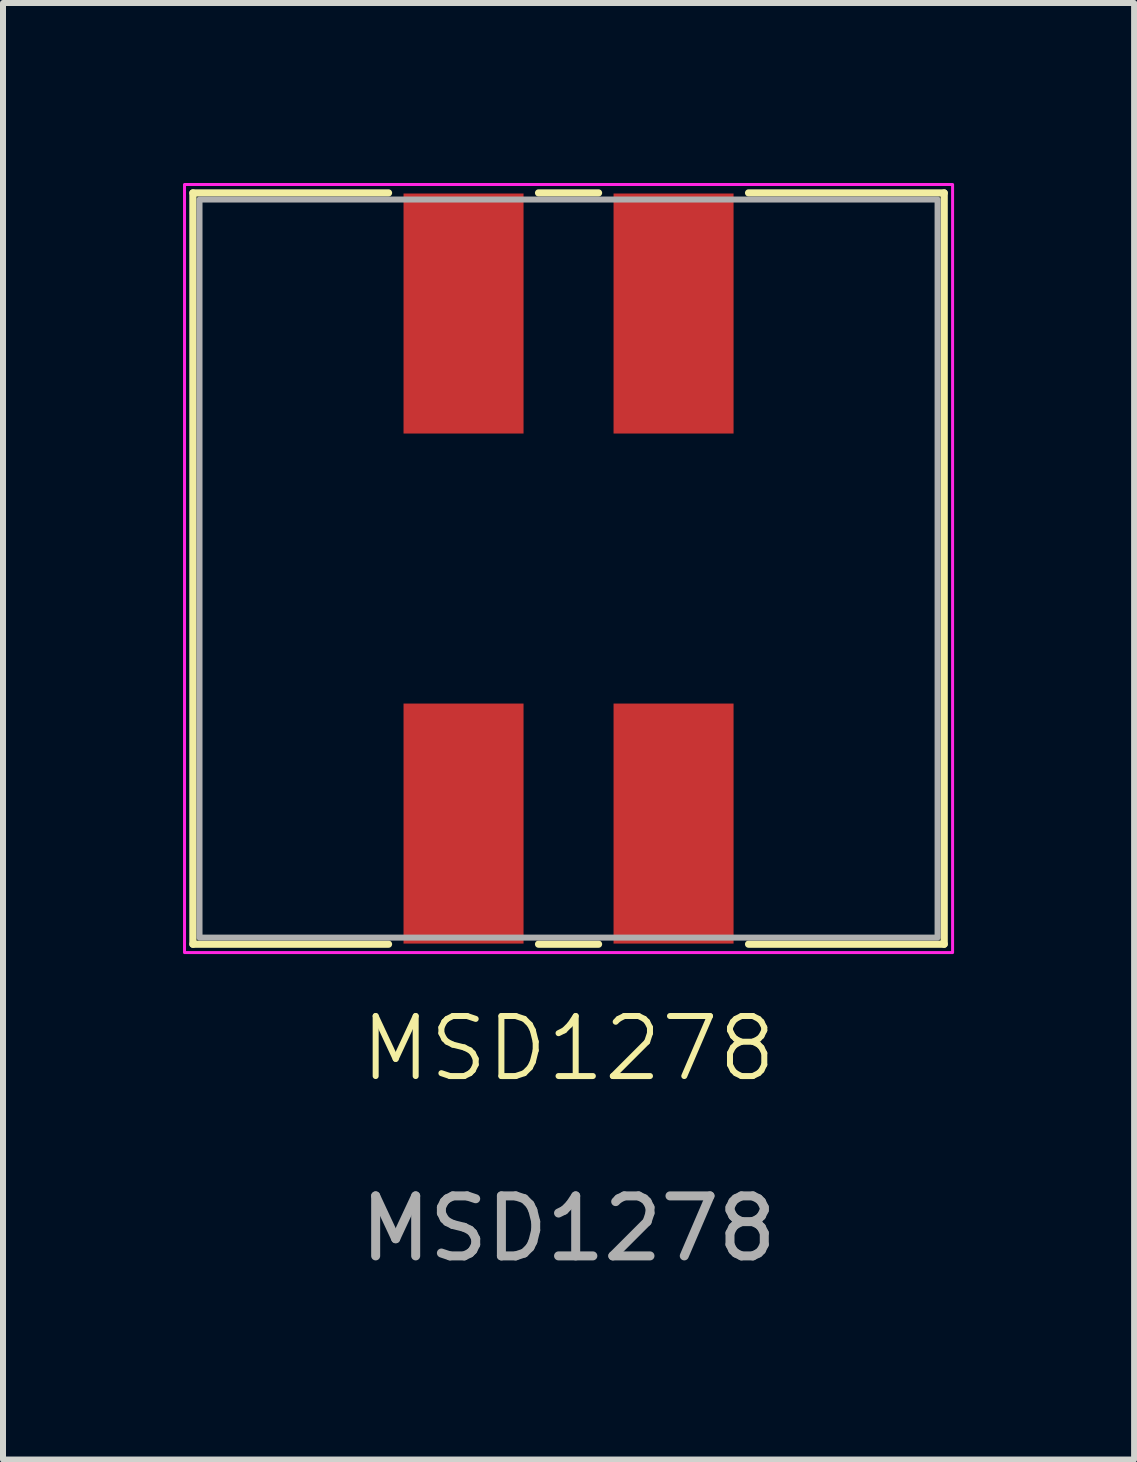
<source format=kicad_pcb>
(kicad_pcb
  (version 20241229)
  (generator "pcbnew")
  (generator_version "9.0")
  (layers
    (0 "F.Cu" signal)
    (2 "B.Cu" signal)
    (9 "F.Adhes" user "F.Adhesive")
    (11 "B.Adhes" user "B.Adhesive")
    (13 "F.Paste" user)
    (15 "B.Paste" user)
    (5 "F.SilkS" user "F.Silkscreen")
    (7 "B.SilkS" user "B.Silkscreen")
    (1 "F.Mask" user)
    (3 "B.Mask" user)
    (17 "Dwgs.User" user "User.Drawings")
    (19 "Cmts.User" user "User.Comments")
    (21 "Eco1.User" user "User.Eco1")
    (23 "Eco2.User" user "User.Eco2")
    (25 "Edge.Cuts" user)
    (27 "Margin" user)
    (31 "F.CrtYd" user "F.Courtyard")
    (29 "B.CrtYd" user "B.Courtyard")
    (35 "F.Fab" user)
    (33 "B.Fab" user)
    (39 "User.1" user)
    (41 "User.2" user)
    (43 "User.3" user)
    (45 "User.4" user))
  (footprint "MSD1278"
    (layer "F.Cu")
    (at 6.425 6.425)
    (property "Reference" "MSD1278" (at 0 8 0) (unlocked yes) (layer "F.SilkS") (effects (font (size 1 1) (thickness 0.1))))
    (attr smd)
    (fp_line (start -6.26 -6.26) (end -6.26 6.26) (stroke (width 0.12) (type default)) (layer "F.SilkS"))
    (fp_line (start -6.26 -6.26) (end -3 -6.26) (stroke (width 0.12) (type default)) (layer "F.SilkS"))
    (fp_line (start -6.26 6.26) (end -3 6.26) (stroke (width 0.12) (type default)) (layer "F.SilkS"))
    (fp_line (start -0.5 -6.26) (end 0.5 -6.26) (stroke (width 0.12) (type default)) (layer "F.SilkS"))
    (fp_line (start -0.5 6.26) (end 0.5 6.26) (stroke (width 0.12) (type default)) (layer "F.SilkS"))
    (fp_line (start 6.26 -6.26) (end 3 -6.26) (stroke (width 0.12) (type default)) (layer "F.SilkS"))
    (fp_line (start 6.26 -6.26) (end 6.26 6.26) (stroke (width 0.12) (type default)) (layer "F.SilkS"))
    (fp_line (start 6.26 6.26) (end 3 6.26) (stroke (width 0.12) (type default)) (layer "F.SilkS"))
    (fp_rect (start -6.4 -6.4) (end 6.4 6.4) (stroke (width 0.05) (type default)) (fill no) (layer "F.CrtYd"))
    (fp_rect (start -6.15 -6.15) (end 6.15 6.15) (stroke (width 0.1) (type default)) (fill no) (layer "F.Fab"))
    (fp_text user "${REFERENCE}" (at 0 11 0) (unlocked yes) (layer "F.Fab") (effects (font (size 1 1) (thickness 0.15))))
    (pad "1" smd rect (at 1.75 -4.25) (size 2 4) (layers "F.Cu" "F.Mask" "F.Paste"))
    (pad "2" smd rect (at -1.75 -4.25) (size 2 4) (layers "F.Cu" "F.Mask" "F.Paste"))
    (pad "3" smd rect (at -1.75 4.25) (size 2 4) (layers "F.Cu" "F.Mask" "F.Paste"))
    (pad "4" smd rect (at 1.75 4.25) (size 2 4) (layers "F.Cu" "F.Mask" "F.Paste")))
  (gr_rect
    (start -3 -3)
    (end 15.85 21.273)
    (stroke (width 0.1) (type default))
    (fill no)
    (layer "Edge.Cuts")))
</source>
